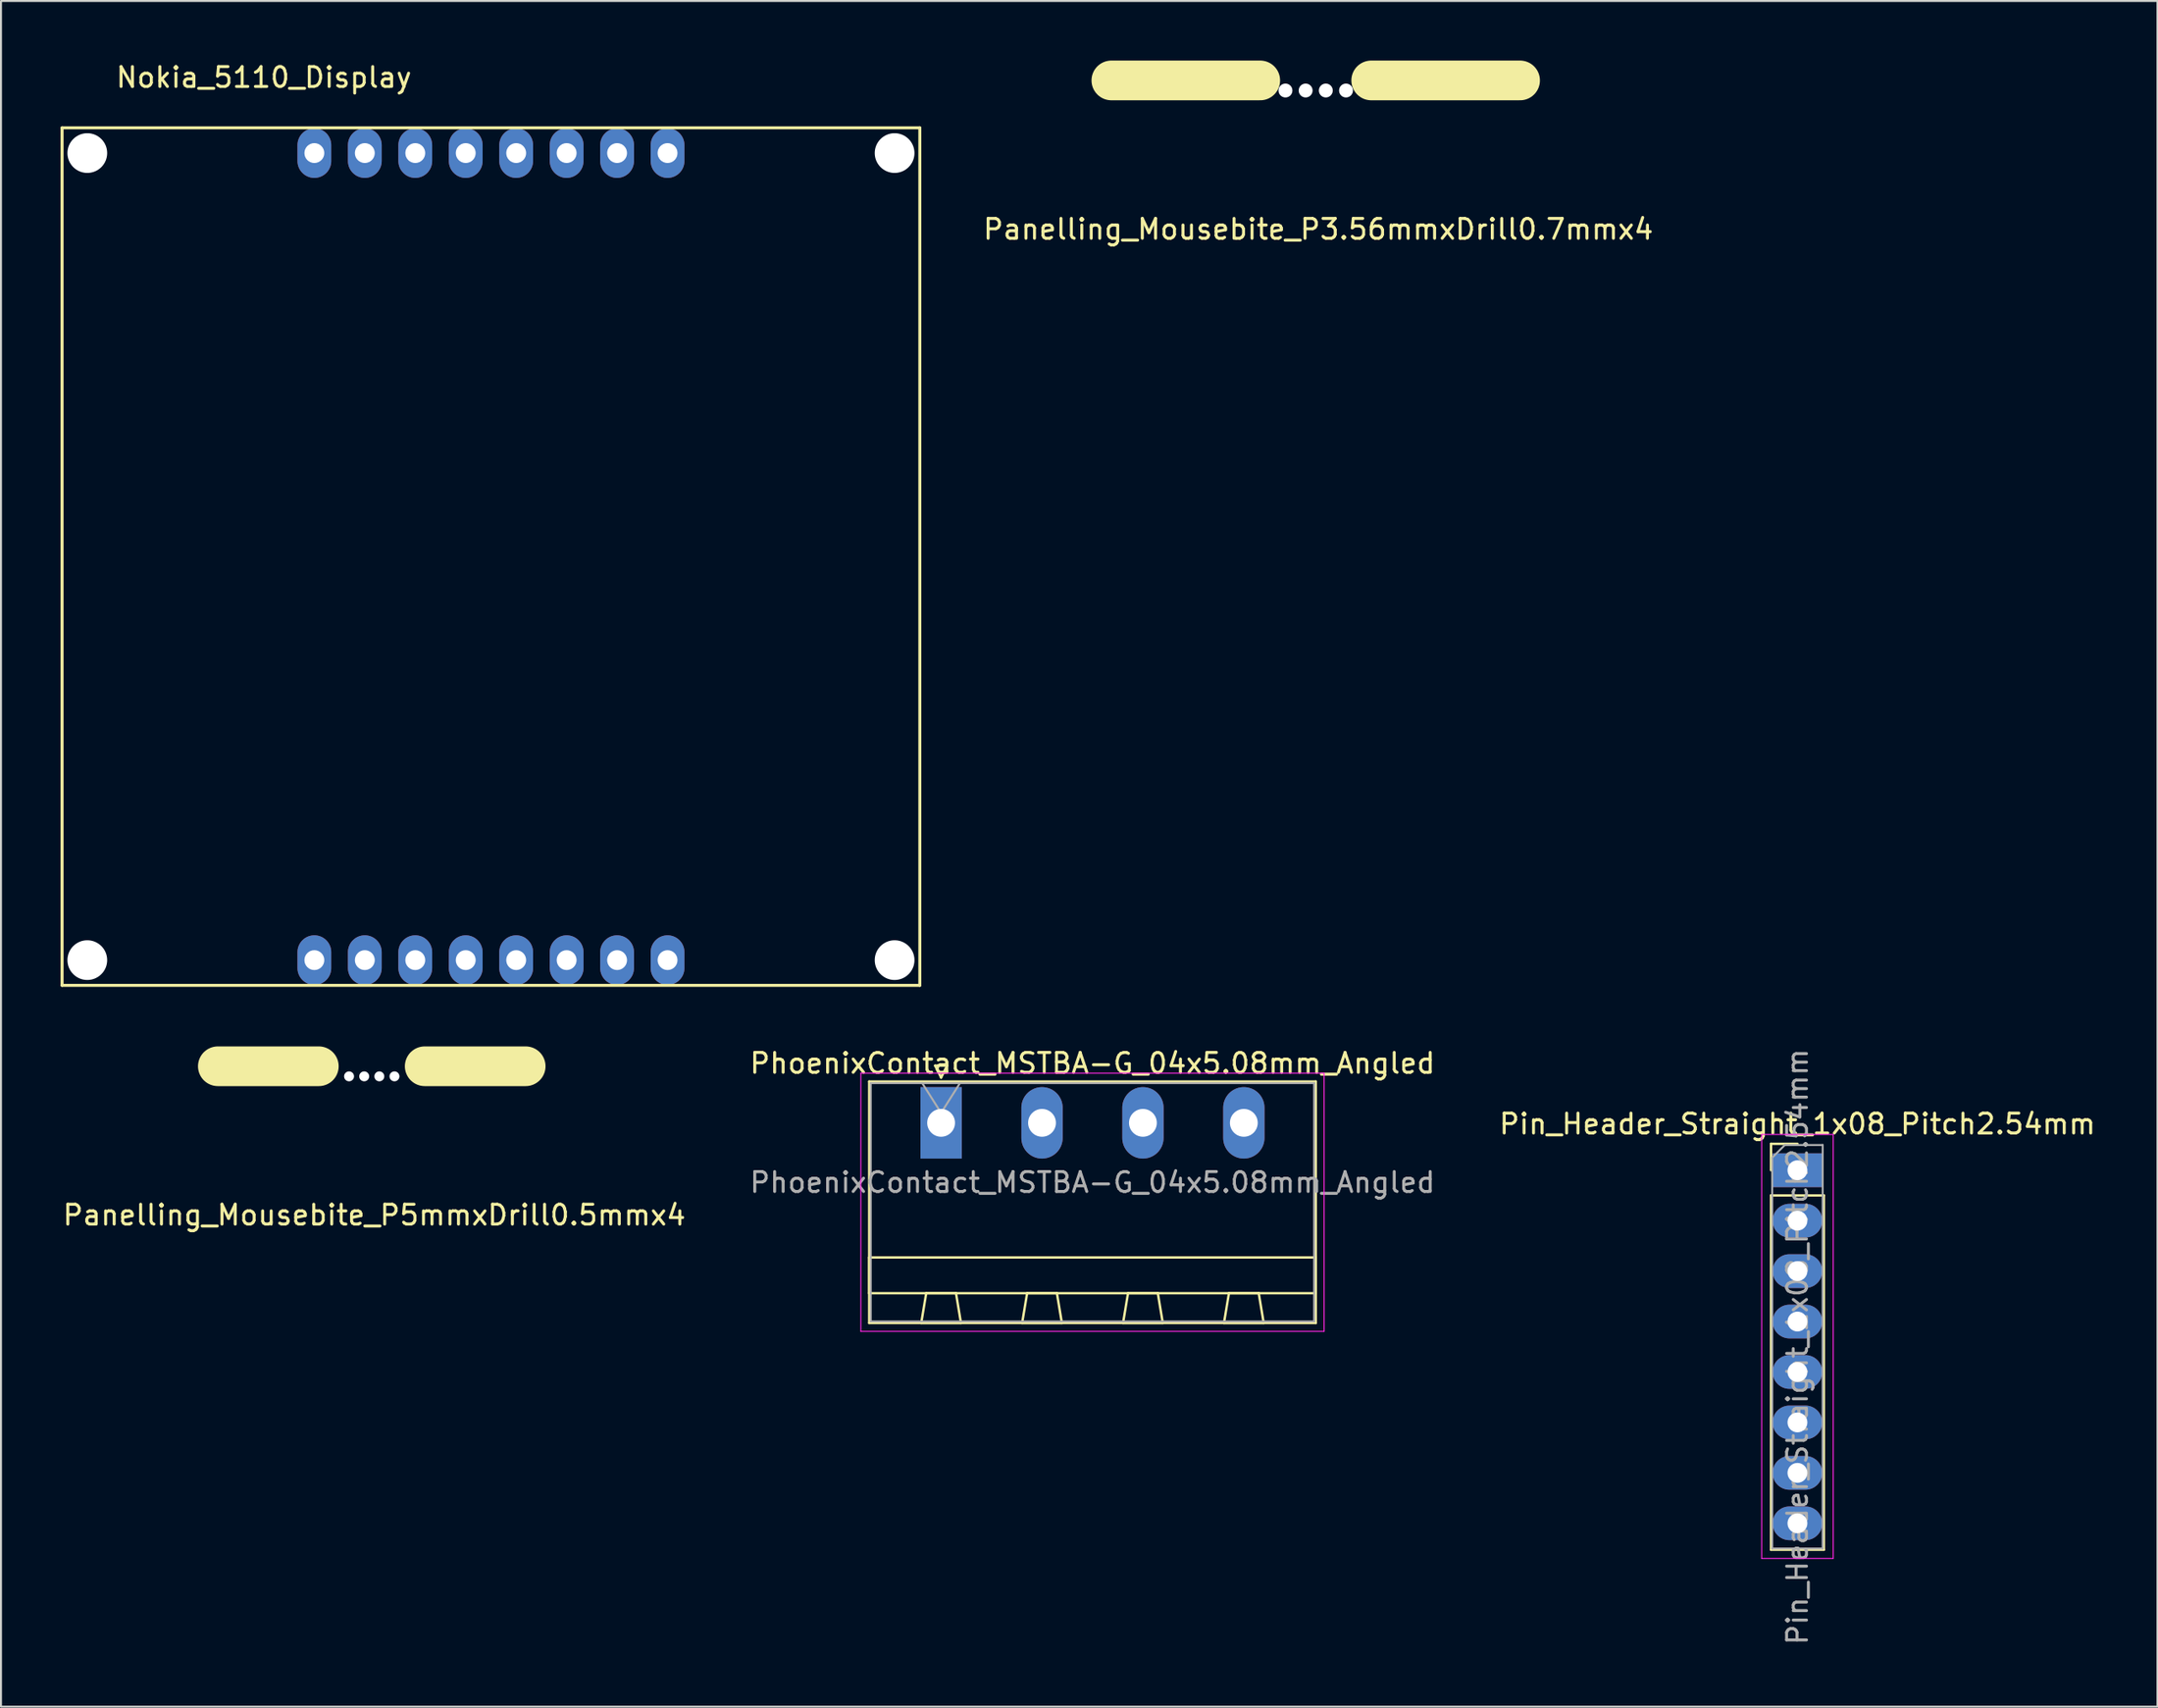
<source format=kicad_pcb>
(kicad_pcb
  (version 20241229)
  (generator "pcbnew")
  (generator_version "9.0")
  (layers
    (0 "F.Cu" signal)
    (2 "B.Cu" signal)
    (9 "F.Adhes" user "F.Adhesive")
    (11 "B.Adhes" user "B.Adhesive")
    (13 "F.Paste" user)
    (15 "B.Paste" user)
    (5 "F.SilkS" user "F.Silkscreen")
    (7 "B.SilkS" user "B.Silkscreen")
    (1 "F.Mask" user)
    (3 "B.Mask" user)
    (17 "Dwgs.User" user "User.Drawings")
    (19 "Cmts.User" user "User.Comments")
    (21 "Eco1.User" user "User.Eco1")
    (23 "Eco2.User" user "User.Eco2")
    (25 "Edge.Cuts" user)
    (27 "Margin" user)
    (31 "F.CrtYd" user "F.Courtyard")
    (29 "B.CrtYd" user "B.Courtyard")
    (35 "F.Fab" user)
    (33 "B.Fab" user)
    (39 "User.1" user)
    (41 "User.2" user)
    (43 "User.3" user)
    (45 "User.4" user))
  (footprint "PhoenixContact_MSTBA-G_04x5.08mm_Angled"
    (layer "F.Cu")
    (at 44.326 53.492)
    (property "Reference" "PhoenixContact_MSTBA-G_04x5.08mm_Angled" (at 7.62 -3 0) (layer "F.SilkS") (effects (font (size 1 1) (thickness 0.15))))
    (attr through_hole)
    (fp_line (start -3.62 -2.08) (end -3.62 10.08) (stroke (width 0.12) (type solid)) (layer "F.SilkS"))
    (fp_line (start -3.62 6.78) (end 18.86 6.78) (stroke (width 0.12) (type solid)) (layer "F.SilkS"))
    (fp_line (start -3.62 8.58) (end -3.62 6.78) (stroke (width 0.12) (type solid)) (layer "F.SilkS"))
    (fp_line (start -3.62 10.08) (end 18.86 10.08) (stroke (width 0.12) (type solid)) (layer "F.SilkS"))
    (fp_line (start -1 10.08) (end 1 10.08) (stroke (width 0.12) (type solid)) (layer "F.SilkS"))
    (fp_line (start -0.75 8.58) (end -1 10.08) (stroke (width 0.12) (type solid)) (layer "F.SilkS"))
    (fp_line (start -0.3 -2.88) (end 0.3 -2.88) (stroke (width 0.12) (type solid)) (layer "F.SilkS"))
    (fp_line (start 0 -2.28) (end -0.3 -2.88) (stroke (width 0.12) (type solid)) (layer "F.SilkS"))
    (fp_line (start 0.3 -2.88) (end 0 -2.28) (stroke (width 0.12) (type solid)) (layer "F.SilkS"))
    (fp_line (start 0.75 8.58) (end -0.75 8.58) (stroke (width 0.12) (type solid)) (layer "F.SilkS"))
    (fp_line (start 1 10.08) (end 0.75 8.58) (stroke (width 0.12) (type solid)) (layer "F.SilkS"))
    (fp_line (start 4.08 10.08) (end 6.08 10.08) (stroke (width 0.12) (type solid)) (layer "F.SilkS"))
    (fp_line (start 4.33 8.58) (end 4.08 10.08) (stroke (width 0.12) (type solid)) (layer "F.SilkS"))
    (fp_line (start 5.83 8.58) (end 4.33 8.58) (stroke (width 0.12) (type solid)) (layer "F.SilkS"))
    (fp_line (start 6.08 10.08) (end 5.83 8.58) (stroke (width 0.12) (type solid)) (layer "F.SilkS"))
    (fp_line (start 9.16 10.08) (end 11.16 10.08) (stroke (width 0.12) (type solid)) (layer "F.SilkS"))
    (fp_line (start 9.41 8.58) (end 9.16 10.08) (stroke (width 0.12) (type solid)) (layer "F.SilkS"))
    (fp_line (start 10.91 8.58) (end 9.41 8.58) (stroke (width 0.12) (type solid)) (layer "F.SilkS"))
    (fp_line (start 11.16 10.08) (end 10.91 8.58) (stroke (width 0.12) (type solid)) (layer "F.SilkS"))
    (fp_line (start 14.24 10.08) (end 16.24 10.08) (stroke (width 0.12) (type solid)) (layer "F.SilkS"))
    (fp_line (start 14.49 8.58) (end 14.24 10.08) (stroke (width 0.12) (type solid)) (layer "F.SilkS"))
    (fp_line (start 15.99 8.58) (end 14.49 8.58) (stroke (width 0.12) (type solid)) (layer "F.SilkS"))
    (fp_line (start 16.24 10.08) (end 15.99 8.58) (stroke (width 0.12) (type solid)) (layer "F.SilkS"))
    (fp_line (start 18.86 -2.08) (end -3.62 -2.08) (stroke (width 0.12) (type solid)) (layer "F.SilkS"))
    (fp_line (start 18.86 6.78) (end 18.86 8.58) (stroke (width 0.12) (type solid)) (layer "F.SilkS"))
    (fp_line (start 18.86 8.58) (end -3.62 8.58) (stroke (width 0.12) (type solid)) (layer "F.SilkS"))
    (fp_line (start 18.86 10.08) (end 18.86 -2.08) (stroke (width 0.12) (type solid)) (layer "F.SilkS"))
    (fp_line (start -4.04 -2.5) (end -4.04 10.5) (stroke (width 0.05) (type solid)) (layer "F.CrtYd"))
    (fp_line (start -4.04 10.5) (end 19.28 10.5) (stroke (width 0.05) (type solid)) (layer "F.CrtYd"))
    (fp_line (start 19.28 -2.5) (end -4.04 -2.5) (stroke (width 0.05) (type solid)) (layer "F.CrtYd"))
    (fp_line (start 19.28 10.5) (end 19.28 -2.5) (stroke (width 0.05) (type solid)) (layer "F.CrtYd"))
    (fp_line (start -3.54 -2) (end -3.54 10) (stroke (width 0.1) (type solid)) (layer "F.Fab"))
    (fp_line (start -3.54 10) (end 18.78 10) (stroke (width 0.1) (type solid)) (layer "F.Fab"))
    (fp_line (start 0 -0.5) (end -0.95 -2) (stroke (width 0.1) (type solid)) (layer "F.Fab"))
    (fp_line (start 0.95 -2) (end 0 -0.5) (stroke (width 0.1) (type solid)) (layer "F.Fab"))
    (fp_line (start 18.78 -2) (end -3.54 -2) (stroke (width 0.1) (type solid)) (layer "F.Fab"))
    (fp_line (start 18.78 10) (end 18.78 -2) (stroke (width 0.1) (type solid)) (layer "F.Fab"))
    (fp_text user "${REFERENCE}" (at 7.62 3 0) (layer "F.Fab") (effects (font (size 1 1) (thickness 0.15))))
    (pad "1" thru_hole rect (at 0 0) (size 2.08 3.6) (drill 1.4) (layers "*.Cu" "*.Mask"))
    (pad "2" thru_hole oval (at 5.08 0) (size 2.08 3.6) (drill 1.4) (layers "*.Cu" "*.Mask"))
    (pad "3" thru_hole oval (at 10.16 0) (size 2.08 3.6) (drill 1.4) (layers "*.Cu" "*.Mask"))
    (pad "4" thru_hole oval (at 15.24 0) (size 2.08 3.6) (drill 1.4) (layers "*.Cu" "*.Mask")))
  (footprint "Panelling_Mousebite_P5mmxDrill0.5mmx4"
    (layer "F.Cu")
    (at 15.792 51.278)
    (property "Reference" "Panelling_Mousebite_P5mmxDrill0.5mmx4" (at 0 6.858 0) (layer "F.SilkS") (effects (font (size 1 1) (thickness 0.15))))
    (attr through_hole)
    (fp_line (start -2.794 -0.635) (end -7.874 -0.635) (stroke (width 2) (type solid)) (layer "F.SilkS"))
    (fp_line (start 7.62 -0.635) (end 2.54 -0.635) (stroke (width 2) (type solid)) (layer "F.SilkS"))
    (pad "" np_thru_hole circle (at -1.27 -0.127) (size 0.5 0.5) (drill 0.5) (layers "*.Cu" "*.Mask"))
    (pad "" np_thru_hole circle (at -0.508 -0.127) (size 0.5 0.5) (drill 0.5) (layers "*.Cu" "*.Mask"))
    (pad "" np_thru_hole circle (at 0.254 -0.127) (size 0.5 0.5) (drill 0.5) (layers "*.Cu" "*.Mask"))
    (pad "" np_thru_hole circle (at 1.016 -0.127) (size 0.5 0.5) (drill 0.5) (layers "*.Cu" "*.Mask")))
  (footprint "Pin_Header_Straight_1x08_Pitch2.54mm"
    (layer "F.Cu")
    (at 87.435 55.878)
    (property "Reference" "Pin_Header_Straight_1x08_Pitch2.54mm" (at 0 -2.33 0) (layer "F.SilkS") (effects (font (size 1 1) (thickness 0.15))))
    (attr through_hole)
    (fp_line (start -1.33 -1.33) (end 0 -1.33) (stroke (width 0.12) (type solid)) (layer "F.SilkS"))
    (fp_line (start -1.33 0) (end -1.33 -1.33) (stroke (width 0.12) (type solid)) (layer "F.SilkS"))
    (fp_line (start -1.33 1.27) (end -1.33 19.11) (stroke (width 0.12) (type solid)) (layer "F.SilkS"))
    (fp_line (start -1.33 1.27) (end 1.33 1.27) (stroke (width 0.12) (type solid)) (layer "F.SilkS"))
    (fp_line (start -1.33 19.11) (end 1.33 19.11) (stroke (width 0.12) (type solid)) (layer "F.SilkS"))
    (fp_line (start 1.33 1.27) (end 1.33 19.11) (stroke (width 0.12) (type solid)) (layer "F.SilkS"))
    (fp_line (start -1.8 -1.8) (end -1.8 19.55) (stroke (width 0.05) (type solid)) (layer "F.CrtYd"))
    (fp_line (start -1.8 19.55) (end 1.8 19.55) (stroke (width 0.05) (type solid)) (layer "F.CrtYd"))
    (fp_line (start 1.8 -1.8) (end -1.8 -1.8) (stroke (width 0.05) (type solid)) (layer "F.CrtYd"))
    (fp_line (start 1.8 19.55) (end 1.8 -1.8) (stroke (width 0.05) (type solid)) (layer "F.CrtYd"))
    (fp_line (start -1.27 -0.635) (end -0.635 -1.27) (stroke (width 0.1) (type solid)) (layer "F.Fab"))
    (fp_line (start -1.27 19.05) (end -1.27 -0.635) (stroke (width 0.1) (type solid)) (layer "F.Fab"))
    (fp_line (start -0.635 -1.27) (end 1.27 -1.27) (stroke (width 0.1) (type solid)) (layer "F.Fab"))
    (fp_line (start 1.27 -1.27) (end 1.27 19.05) (stroke (width 0.1) (type solid)) (layer "F.Fab"))
    (fp_line (start 1.27 19.05) (end -1.27 19.05) (stroke (width 0.1) (type solid)) (layer "F.Fab"))
    (fp_text user "${REFERENCE}" (at 0 8.89 90) (layer "F.Fab") (effects (font (size 1 1) (thickness 0.15))))
    (pad "1" thru_hole rect (at 0 0) (size 2.5 1.7) (drill 1) (layers "*.Cu" "*.Mask"))
    (pad "2" thru_hole oval (at 0 2.54) (size 2.5 1.7) (drill 1) (layers "*.Cu" "*.Mask"))
    (pad "3" thru_hole oval (at 0 5.08) (size 2.5 1.7) (drill 1) (layers "*.Cu" "*.Mask"))
    (pad "4" thru_hole oval (at 0 7.62) (size 2.5 1.7) (drill 1) (layers "*.Cu" "*.Mask"))
    (pad "5" thru_hole oval (at 0 10.16) (size 2.5 1.7) (drill 1) (layers "*.Cu" "*.Mask"))
    (pad "6" thru_hole oval (at 0 12.7) (size 2.5 1.7) (drill 1) (layers "*.Cu" "*.Mask"))
    (pad "7" thru_hole oval (at 0 15.24) (size 2.5 1.7) (drill 1) (layers "*.Cu" "*.Mask"))
    (pad "8" thru_hole oval (at 0 17.78) (size 2.5 1.7) (drill 1) (layers "*.Cu" "*.Mask")))
  (footprint "Panelling_Mousebite_P3.56mmxDrill0.7mmx4"
    (layer "F.Cu")
    (at 63.312 1.635)
    (property "Reference" "Panelling_Mousebite_P3.56mmxDrill0.7mmx4" (at 0 6.858 0) (layer "F.SilkS") (effects (font (size 1 1) (thickness 0.15))))
    (attr through_hole)
    (fp_line (start -2.921 -0.635) (end -10.414 -0.635) (stroke (width 2) (type solid)) (layer "F.SilkS"))
    (fp_line (start 10.16 -0.635) (end 2.667 -0.635) (stroke (width 2) (type solid)) (layer "F.SilkS"))
    (pad "" np_thru_hole circle (at -1.651 -0.127) (size 0.7 0.7) (drill 0.7) (layers "*.Cu" "*.Mask"))
    (pad "" np_thru_hole circle (at -0.635 -0.127) (size 0.7 0.7) (drill 0.7) (layers "*.Cu" "*.Mask"))
    (pad "" np_thru_hole circle (at 0.381 -0.127) (size 0.7 0.7) (drill 0.7) (layers "*.Cu" "*.Mask"))
    (pad "" np_thru_hole circle (at 1.397 -0.127) (size 0.7 0.7) (drill 0.7) (layers "*.Cu" "*.Mask")))
  (footprint "Nokia_5110_Display"
    (layer "F.Cu")
    (at 12.775 4.658)
    (property "Reference" "Nokia_5110_Display" (at -2.54 -3.81 0) (layer "F.SilkS") (effects (font (size 1 1) (thickness 0.15))))
    (attr through_hole)
    (fp_line (start -12.7 -1.27) (end 30.48 -1.27) (stroke (width 0.15) (type solid)) (layer "F.SilkS"))
    (fp_line (start -12.7 41.91) (end -12.7 -1.27) (stroke (width 0.15) (type solid)) (layer "F.SilkS"))
    (fp_line (start 30.48 -1.27) (end 30.48 41.91) (stroke (width 0.15) (type solid)) (layer "F.SilkS"))
    (fp_line (start 30.48 41.91) (end -12.7 41.91) (stroke (width 0.15) (type solid)) (layer "F.SilkS"))
    (pad "" np_thru_hole circle (at -11.43 0) (size 2 2) (drill 2) (layers "*.Cu" "*.Mask"))
    (pad "" np_thru_hole circle (at -11.43 40.64) (size 2 2) (drill 2) (layers "*.Cu" "*.Mask"))
    (pad "" thru_hole oval (at 0 40.64) (size 1.7 2.5) (drill 1) (layers "*.Cu" "*.Mask"))
    (pad "" thru_hole oval (at 2.54 40.64) (size 1.7 2.5) (drill 1) (layers "*.Cu" "*.Mask"))
    (pad "" thru_hole oval (at 5.08 40.64) (size 1.7 2.5) (drill 1) (layers "*.Cu" "*.Mask"))
    (pad "" thru_hole oval (at 7.62 40.64) (size 1.7 2.5) (drill 1) (layers "*.Cu" "*.Mask"))
    (pad "" thru_hole oval (at 10.16 40.64) (size 1.7 2.5) (drill 1) (layers "*.Cu" "*.Mask"))
    (pad "" thru_hole oval (at 12.7 40.64) (size 1.7 2.5) (drill 1) (layers "*.Cu" "*.Mask"))
    (pad "" thru_hole oval (at 15.24 40.64) (size 1.7 2.5) (drill 1) (layers "*.Cu" "*.Mask"))
    (pad "" thru_hole oval (at 17.78 40.64) (size 1.7 2.5) (drill 1) (layers "*.Cu" "*.Mask"))
    (pad "" np_thru_hole circle (at 29.21 0) (size 2 2) (drill 2) (layers "*.Cu" "*.Mask"))
    (pad "" np_thru_hole circle (at 29.21 40.64) (size 2 2) (drill 2) (layers "*.Cu" "*.Mask"))
    (pad "1" thru_hole oval (at 0 0) (size 1.7 2.5) (drill 1) (layers "*.Cu" "*.Mask"))
    (pad "2" thru_hole oval (at 2.54 0 90) (size 2.5 1.7) (drill 1) (layers "*.Cu" "*.Mask"))
    (pad "3" thru_hole oval (at 5.08 0) (size 1.7 2.5) (drill 1) (layers "*.Cu" "*.Mask"))
    (pad "4" thru_hole oval (at 7.62 0) (size 1.7 2.5) (drill 1) (layers "*.Cu" "*.Mask"))
    (pad "5" thru_hole oval (at 10.16 0) (size 1.7 2.5) (drill 1) (layers "*.Cu" "*.Mask"))
    (pad "6" thru_hole oval (at 12.7 0) (size 1.7 2.5) (drill 1) (layers "*.Cu" "*.Mask"))
    (pad "7" thru_hole oval (at 15.24 0) (size 1.7 2.5) (drill 1) (layers "*.Cu" "*.Mask"))
    (pad "8" thru_hole oval (at 17.78 0) (size 1.7 2.5) (drill 1) (layers "*.Cu" "*.Mask")))
  (gr_rect
    (start -3 -3)
    (end 105.56 82.893)
    (stroke (width 0.1) (type default))
    (fill no)
    (layer "Edge.Cuts")))
</source>
